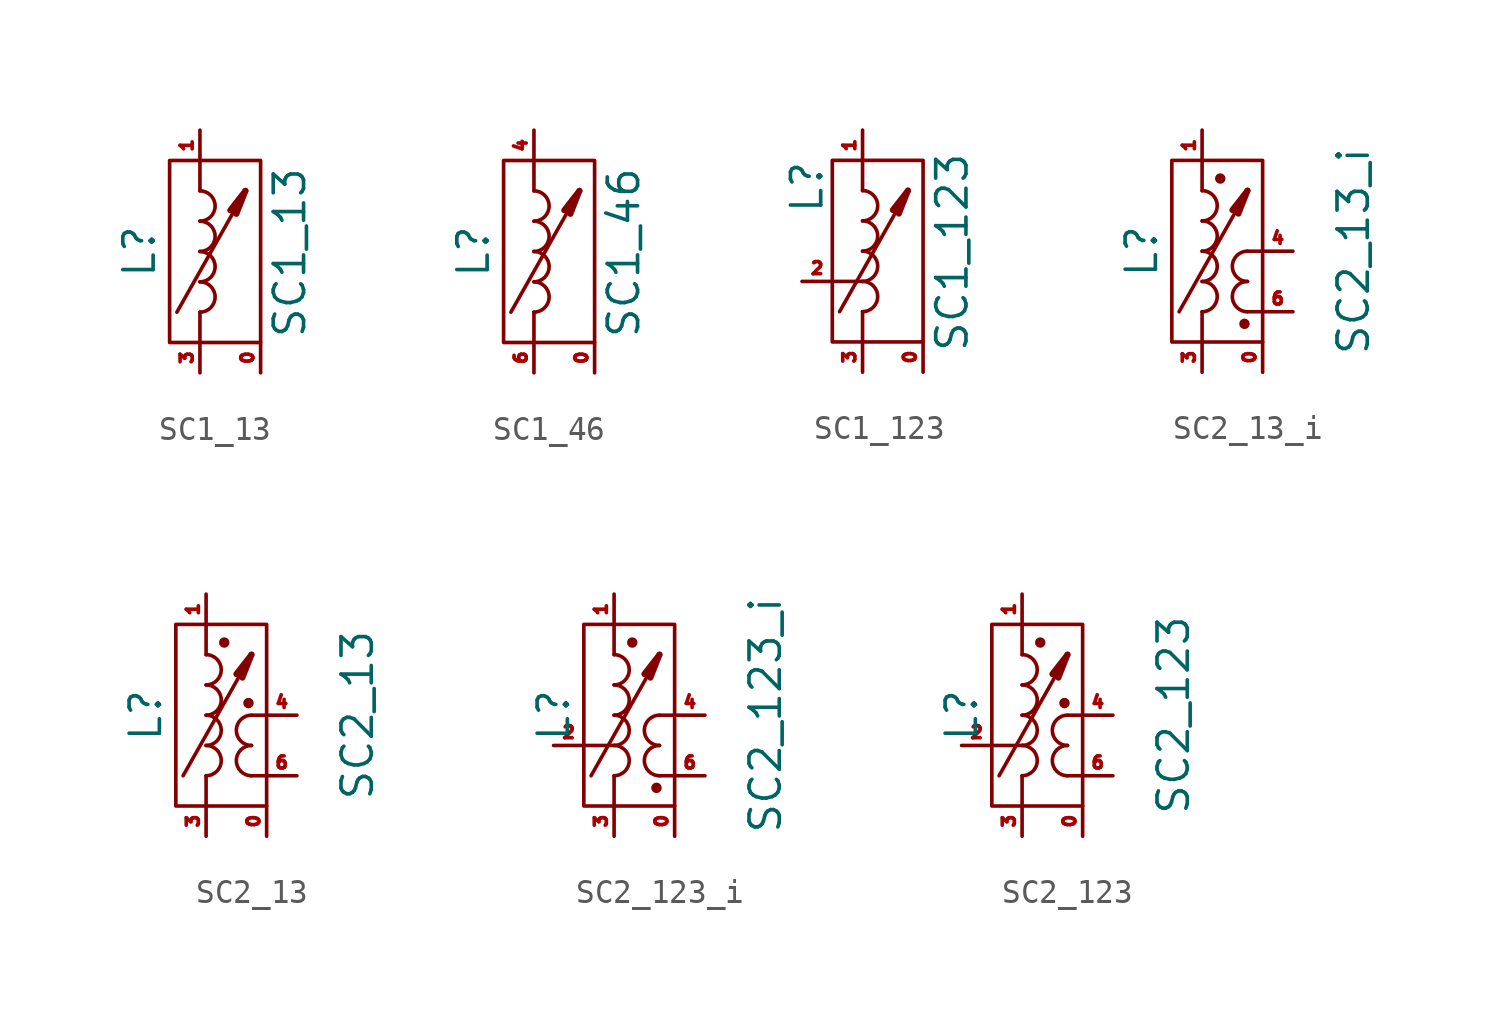
<source format=kicad_sym>
(kicad_symbol_lib
  (version 20211014)
  (generator kicad_symbol_editor)
  (symbol "SC1_13"
    (pin_names
      (offset 1.016) hide)
    (property "Reference" "L"
      (at -2.54 0 90)
      (effects (font (size 1.27 1.27))))
    (property "Value" "SC1_13"
      (at 3.759 -0.051 90)
      (effects (font (size 1.27 1.27))))
    (symbol "SC1_13_0_1"
      (rectangle (start -1.27 3.81) (end 2.54 -3.81) (stroke (width 0) (type default) (color 0 0 0 0)) (fill (type none)))
      (arc (start 0 -2.54) (mid 0.635 -1.905) (end 0 -1.27) (stroke (width 0) (type default) (color 0 0 0 0)) (fill (type none)))
      (arc (start 0 -1.27) (mid 0.635 -0.635) (end 0 0) (stroke (width 0) (type default) (color 0 0 0 0)) (fill (type none)))
      (polyline (pts (xy -0.965 -2.54) (xy 1.905 2.54)) (stroke (width 0) (type default) (color 0 0 0 0)) (fill (type none)))
      (polyline (pts (xy 0 -3.81) (xy 0 -2.54)) (stroke (width 0) (type default) (color 0 0 0 0)) (fill (type none)))
      (polyline (pts (xy 0 2.54) (xy 0 3.81)) (stroke (width 0) (type default) (color 0 0 0 0)) (fill (type none)))
      (polyline (pts (xy 1.905 2.54) (xy 1.27 1.727)) (stroke (width 0.254) (type default) (color 0 0 0 0)) (fill (type none)))
      (polyline (pts (xy 1.905 2.54) (xy 1.524 1.575)) (stroke (width 0.254) (type default) (color 0 0 0 0)) (fill (type none)))
      (arc (start 0 0) (mid 0.635 0.635) (end 0 1.27) (stroke (width 0) (type default) (color 0 0 0 0)) (fill (type none)))
      (arc (start 0 1.27) (mid 0.635 1.905) (end 0 2.54) (stroke (width 0) (type default) (color 0 0 0 0)) (fill (type none))))
    (symbol "SC1_13_1_1"
      (pin passive line (at 2.54 -5.08 90) (length 1.27) (name "Shield" (effects (font (size 1.27 1.27)))) (number "0" (effects (font (size 0.508 0.508)))))
      (pin passive line (at 0 5.08 270) (length 1.27) (name "coil11" (effects (font (size 1.27 1.27)))) (number "1" (effects (font (size 0.508 0.508)))))
      (pin passive line (at 0 -5.08 90) (length 1.27) (name "coil12" (effects (font (size 1.27 1.27)))) (number "3" (effects (font (size 0.508 0.508)))))))
  (symbol "SC1_46"
    (pin_names
      (offset 1.016) hide)
    (property "Reference" "L"
      (at -2.54 0 90)
      (effects (font (size 1.27 1.27))))
    (property "Value" "SC1_46"
      (at 3.759 -0.051 90)
      (effects (font (size 1.27 1.27))))
    (symbol "SC1_46_0_1"
      (rectangle (start -1.27 3.81) (end 2.54 -3.81) (stroke (width 0) (type default) (color 0 0 0 0)) (fill (type none)))
      (arc (start 0 -2.54) (mid 0.635 -1.905) (end 0 -1.27) (stroke (width 0) (type default) (color 0 0 0 0)) (fill (type none)))
      (arc (start 0 -1.27) (mid 0.635 -0.635) (end 0 0) (stroke (width 0) (type default) (color 0 0 0 0)) (fill (type none)))
      (polyline (pts (xy -0.965 -2.54) (xy 1.905 2.54)) (stroke (width 0) (type default) (color 0 0 0 0)) (fill (type none)))
      (polyline (pts (xy 0 -3.81) (xy 0 -2.54)) (stroke (width 0) (type default) (color 0 0 0 0)) (fill (type none)))
      (polyline (pts (xy 0 2.54) (xy 0 3.81)) (stroke (width 0) (type default) (color 0 0 0 0)) (fill (type none)))
      (polyline (pts (xy 1.905 2.54) (xy 1.27 1.727)) (stroke (width 0.254) (type default) (color 0 0 0 0)) (fill (type none)))
      (polyline (pts (xy 1.905 2.54) (xy 1.524 1.575)) (stroke (width 0.254) (type default) (color 0 0 0 0)) (fill (type none)))
      (arc (start 0 0) (mid 0.635 0.635) (end 0 1.27) (stroke (width 0) (type default) (color 0 0 0 0)) (fill (type none)))
      (arc (start 0 1.27) (mid 0.635 1.905) (end 0 2.54) (stroke (width 0) (type default) (color 0 0 0 0)) (fill (type none))))
    (symbol "SC1_46_1_1"
      (pin passive line (at 2.54 -5.08 90) (length 1.27) (name "Shield" (effects (font (size 1.27 1.27)))) (number "0" (effects (font (size 0.508 0.508)))))
      (pin passive line (at 0 5.08 270) (length 1.27) (name "coil11" (effects (font (size 1.27 1.27)))) (number "4" (effects (font (size 0.508 0.508)))))
      (pin passive line (at 0 -5.08 90) (length 1.27) (name "coil12" (effects (font (size 1.27 1.27)))) (number "6" (effects (font (size 0.508 0.508)))))))
  (symbol "SC1_123"
    (pin_names
      (offset 1.016) hide)
    (property "Reference" "L"
      (at -2.337 2.692 90)
      (effects (font (size 1.27 1.27))))
    (property "Value" "SC1_123"
      (at 3.759 -0.051 90)
      (effects (font (size 1.27 1.27))))
    (symbol "SC1_123_0_1"
      (rectangle (start -1.27 3.81) (end 2.54 -3.81) (stroke (width 0) (type default) (color 0 0 0 0)) (fill (type none)))
      (arc (start 0 -2.54) (mid 0.635 -1.905) (end 0 -1.27) (stroke (width 0) (type default) (color 0 0 0 0)) (fill (type none)))
      (arc (start 0 -1.27) (mid 0.635 -0.635) (end 0 0) (stroke (width 0) (type default) (color 0 0 0 0)) (fill (type none)))
      (polyline (pts (xy -1.27 -1.27) (xy 0 -1.27)) (stroke (width 0) (type default) (color 0 0 0 0)) (fill (type none)))
      (polyline (pts (xy -0.965 -2.54) (xy 1.905 2.54)) (stroke (width 0) (type default) (color 0 0 0 0)) (fill (type none)))
      (polyline (pts (xy 0 -3.81) (xy 0 -2.54)) (stroke (width 0) (type default) (color 0 0 0 0)) (fill (type none)))
      (polyline (pts (xy 0 2.54) (xy 0 3.81)) (stroke (width 0) (type default) (color 0 0 0 0)) (fill (type none)))
      (polyline (pts (xy 1.905 2.54) (xy 1.27 1.727)) (stroke (width 0.254) (type default) (color 0 0 0 0)) (fill (type none)))
      (polyline (pts (xy 1.905 2.54) (xy 1.524 1.575)) (stroke (width 0.254) (type default) (color 0 0 0 0)) (fill (type none)))
      (arc (start 0 0) (mid 0.635 0.635) (end 0 1.27) (stroke (width 0) (type default) (color 0 0 0 0)) (fill (type none)))
      (arc (start 0 1.27) (mid 0.635 1.905) (end 0 2.54) (stroke (width 0) (type default) (color 0 0 0 0)) (fill (type none))))
    (symbol "SC1_123_1_1"
      (pin passive line (at 2.54 -5.08 90) (length 1.27) (name "Shield" (effects (font (size 1.27 1.27)))) (number "0" (effects (font (size 0.508 0.508)))))
      (pin passive line (at 0 5.08 270) (length 1.27) (name "coil11" (effects (font (size 1.27 1.27)))) (number "1" (effects (font (size 0.508 0.508)))))
      (pin passive line (at -2.54 -1.27 0) (length 1.27) (name "coil12" (effects (font (size 1.27 1.27)))) (number "2" (effects (font (size 0.508 0.508)))))
      (pin passive line (at 0 -5.08 90) (length 1.27) (name "coil13" (effects (font (size 1.27 1.27)))) (number "3" (effects (font (size 0.508 0.508)))))))
  (symbol "SC2_13_i"
    (pin_names
      (offset 1.016) hide)
    (property "Reference" "L"
      (at -2.54 0 90)
      (effects (font (size 1.27 1.27))))
    (property "Value" "SC2_13_i"
      (at 6.35 0 90)
      (effects (font (size 1.27 1.27))))
    (symbol "SC2_13_i_0_1"
      (rectangle (start -1.27 3.81) (end 2.54 -3.81) (stroke (width 0) (type default) (color 0 0 0 0)) (fill (type none)))
      (arc (start 0 -2.54) (mid 0.635 -1.905) (end 0 -1.27) (stroke (width 0) (type default) (color 0 0 0 0)) (fill (type none)))
      (arc (start 0 -1.27) (mid 0.635 -0.635) (end 0 0) (stroke (width 0) (type default) (color 0 0 0 0)) (fill (type none)))
      (polyline (pts (xy -0.965 -2.54) (xy 1.905 2.54)) (stroke (width 0) (type default) (color 0 0 0 0)) (fill (type none)))
      (polyline (pts (xy 0 -3.81) (xy 0 -2.54)) (stroke (width 0) (type default) (color 0 0 0 0)) (fill (type none)))
      (polyline (pts (xy 0 2.54) (xy 0 3.81)) (stroke (width 0) (type default) (color 0 0 0 0)) (fill (type none)))
      (polyline (pts (xy 1.905 -2.54) (xy 2.54 -2.54)) (stroke (width 0) (type default) (color 0 0 0 0)) (fill (type none)))
      (polyline (pts (xy 1.905 0) (xy 2.54 0)) (stroke (width 0) (type default) (color 0 0 0 0)) (fill (type none)))
      (polyline (pts (xy 1.905 2.54) (xy 1.27 1.727)) (stroke (width 0.254) (type default) (color 0 0 0 0)) (fill (type none)))
      (polyline (pts (xy 1.905 2.54) (xy 1.524 1.575)) (stroke (width 0.254) (type default) (color 0 0 0 0)) (fill (type none)))
      (arc (start 0 0) (mid 0.635 0.635) (end 0 1.27) (stroke (width 0) (type default) (color 0 0 0 0)) (fill (type none)))
      (arc (start 0 1.27) (mid 0.635 1.905) (end 0 2.54) (stroke (width 0) (type default) (color 0 0 0 0)) (fill (type none)))
      (circle (center 0.762 3.048) (radius 0.144) (stroke (width 0) (type default) (color 0 0 0 0)) (fill (type outline)))
      (circle (center 1.778 -3.048) (radius 0.144) (stroke (width 0) (type default) (color 0 0 0 0)) (fill (type outline)))
      (arc (start 1.905 -1.27) (mid 1.27 -1.905) (end 1.905 -2.54) (stroke (width 0) (type default) (color 0 0 0 0)) (fill (type none)))
      (arc (start 1.905 0) (mid 1.27 -0.635) (end 1.905 -1.27) (stroke (width 0) (type default) (color 0 0 0 0)) (fill (type none))))
    (symbol "SC2_13_i_1_1"
      (pin passive line (at 2.54 -5.08 90) (length 1.27) (name "Shield" (effects (font (size 1.27 1.27)))) (number "0" (effects (font (size 0.508 0.508)))))
      (pin passive line (at 0 5.08 270) (length 1.27) (name "coil11" (effects (font (size 1.27 1.27)))) (number "1" (effects (font (size 0.508 0.508)))))
      (pin passive line (at 0 -5.08 90) (length 1.27) (name "coil12" (effects (font (size 1.27 1.27)))) (number "3" (effects (font (size 0.508 0.508)))))
      (pin passive line (at 3.81 0 180) (length 1.27) (name "coil21" (effects (font (size 1.27 1.27)))) (number "4" (effects (font (size 0.508 0.508)))))
      (pin passive line (at 3.81 -2.54 180) (length 1.27) (name "coil22" (effects (font (size 1.27 1.27)))) (number "6" (effects (font (size 0.508 0.508)))))))
  (symbol "SC2_13"
    (pin_names
      (offset 1.016) hide)
    (property "Reference" "L"
      (at -2.54 0 90)
      (effects (font (size 1.27 1.27))))
    (property "Value" "SC2_13"
      (at 6.35 0 90)
      (effects (font (size 1.27 1.27))))
    (symbol "SC2_13_0_1"
      (rectangle (start -1.27 3.81) (end 2.54 -3.81) (stroke (width 0) (type default) (color 0 0 0 0)) (fill (type none)))
      (arc (start 0 -2.54) (mid 0.635 -1.905) (end 0 -1.27) (stroke (width 0) (type default) (color 0 0 0 0)) (fill (type none)))
      (arc (start 0 -1.27) (mid 0.635 -0.635) (end 0 0) (stroke (width 0) (type default) (color 0 0 0 0)) (fill (type none)))
      (polyline (pts (xy -0.965 -2.54) (xy 1.905 2.54)) (stroke (width 0) (type default) (color 0 0 0 0)) (fill (type none)))
      (polyline (pts (xy 0 -3.81) (xy 0 -2.54)) (stroke (width 0) (type default) (color 0 0 0 0)) (fill (type none)))
      (polyline (pts (xy 0 2.54) (xy 0 3.81)) (stroke (width 0) (type default) (color 0 0 0 0)) (fill (type none)))
      (polyline (pts (xy 1.905 -2.54) (xy 2.54 -2.54)) (stroke (width 0) (type default) (color 0 0 0 0)) (fill (type none)))
      (polyline (pts (xy 1.905 0) (xy 2.54 0)) (stroke (width 0) (type default) (color 0 0 0 0)) (fill (type none)))
      (polyline (pts (xy 1.905 2.54) (xy 1.27 1.727)) (stroke (width 0.254) (type default) (color 0 0 0 0)) (fill (type none)))
      (polyline (pts (xy 1.905 2.54) (xy 1.524 1.575)) (stroke (width 0.254) (type default) (color 0 0 0 0)) (fill (type none)))
      (arc (start 0 0) (mid 0.635 0.635) (end 0 1.27) (stroke (width 0) (type default) (color 0 0 0 0)) (fill (type none)))
      (arc (start 0 1.27) (mid 0.635 1.905) (end 0 2.54) (stroke (width 0) (type default) (color 0 0 0 0)) (fill (type none)))
      (circle (center 0.762 3.048) (radius 0.144) (stroke (width 0) (type default) (color 0 0 0 0)) (fill (type outline)))
      (circle (center 1.778 0.508) (radius 0.144) (stroke (width 0) (type default) (color 0 0 0 0)) (fill (type outline)))
      (arc (start 1.905 -1.27) (mid 1.27 -1.905) (end 1.905 -2.54) (stroke (width 0) (type default) (color 0 0 0 0)) (fill (type none)))
      (arc (start 1.905 0) (mid 1.27 -0.635) (end 1.905 -1.27) (stroke (width 0) (type default) (color 0 0 0 0)) (fill (type none))))
    (symbol "SC2_13_1_1"
      (pin passive line (at 2.54 -5.08 90) (length 1.27) (name "Shield" (effects (font (size 1.27 1.27)))) (number "0" (effects (font (size 0.508 0.508)))))
      (pin passive line (at 0 5.08 270) (length 1.27) (name "coil11" (effects (font (size 1.27 1.27)))) (number "1" (effects (font (size 0.508 0.508)))))
      (pin passive line (at 0 -5.08 90) (length 1.27) (name "coil12" (effects (font (size 1.27 1.27)))) (number "3" (effects (font (size 0.508 0.508)))))
      (pin passive line (at 3.81 0 180) (length 1.27) (name "coil21" (effects (font (size 1.27 1.27)))) (number "4" (effects (font (size 0.508 0.508)))))
      (pin passive line (at 3.81 -2.54 180) (length 1.27) (name "coil22" (effects (font (size 1.27 1.27)))) (number "6" (effects (font (size 0.508 0.508)))))))
  (symbol "SC2_123_i"
    (pin_names
      (offset 1.016) hide)
    (property "Reference" "L"
      (at -2.54 0 90)
      (effects (font (size 1.27 1.27))))
    (property "Value" "SC2_123_i"
      (at 6.35 0 90)
      (effects (font (size 1.27 1.27))))
    (symbol "SC2_123_i_0_1"
      (rectangle (start -1.27 3.81) (end 2.54 -3.81) (stroke (width 0) (type default) (color 0 0 0 0)) (fill (type none)))
      (arc (start 0 -2.54) (mid 0.635 -1.905) (end 0 -1.27) (stroke (width 0) (type default) (color 0 0 0 0)) (fill (type none)))
      (arc (start 0 -1.27) (mid 0.635 -0.635) (end 0 0) (stroke (width 0) (type default) (color 0 0 0 0)) (fill (type none)))
      (polyline (pts (xy -1.27 -1.27) (xy 0 -1.27)) (stroke (width 0) (type default) (color 0 0 0 0)) (fill (type none)))
      (polyline (pts (xy -0.965 -2.54) (xy 1.905 2.54)) (stroke (width 0) (type default) (color 0 0 0 0)) (fill (type none)))
      (polyline (pts (xy 0 -3.81) (xy 0 -2.54)) (stroke (width 0) (type default) (color 0 0 0 0)) (fill (type none)))
      (polyline (pts (xy 0 2.54) (xy 0 3.81)) (stroke (width 0) (type default) (color 0 0 0 0)) (fill (type none)))
      (polyline (pts (xy 1.905 -2.54) (xy 2.54 -2.54)) (stroke (width 0) (type default) (color 0 0 0 0)) (fill (type none)))
      (polyline (pts (xy 1.905 0) (xy 2.54 0)) (stroke (width 0) (type default) (color 0 0 0 0)) (fill (type none)))
      (polyline (pts (xy 1.905 2.54) (xy 1.27 1.727)) (stroke (width 0.254) (type default) (color 0 0 0 0)) (fill (type none)))
      (polyline (pts (xy 1.905 2.54) (xy 1.524 1.575)) (stroke (width 0.254) (type default) (color 0 0 0 0)) (fill (type none)))
      (arc (start 0 0) (mid 0.635 0.635) (end 0 1.27) (stroke (width 0) (type default) (color 0 0 0 0)) (fill (type none)))
      (arc (start 0 1.27) (mid 0.635 1.905) (end 0 2.54) (stroke (width 0) (type default) (color 0 0 0 0)) (fill (type none)))
      (circle (center 0.762 3.048) (radius 0.144) (stroke (width 0) (type default) (color 0 0 0 0)) (fill (type outline)))
      (circle (center 1.778 -3.048) (radius 0.144) (stroke (width 0) (type default) (color 0 0 0 0)) (fill (type outline)))
      (arc (start 1.905 -1.27) (mid 1.27 -1.905) (end 1.905 -2.54) (stroke (width 0) (type default) (color 0 0 0 0)) (fill (type none)))
      (arc (start 1.905 0) (mid 1.27 -0.635) (end 1.905 -1.27) (stroke (width 0) (type default) (color 0 0 0 0)) (fill (type none))))
    (symbol "SC2_123_i_1_1"
      (pin passive line (at 2.54 -5.08 90) (length 1.27) (name "Shield" (effects (font (size 1.27 1.27)))) (number "0" (effects (font (size 0.508 0.508)))))
      (pin passive line (at 0 5.08 270) (length 1.27) (name "coil11" (effects (font (size 1.27 1.27)))) (number "1" (effects (font (size 0.508 0.508)))))
      (pin passive line (at -2.54 -1.27 0) (length 1.27) (name "coil12" (effects (font (size 1.27 1.27)))) (number "2" (effects (font (size 0.508 0.508)))))
      (pin passive line (at 0 -5.08 90) (length 1.27) (name "coil13" (effects (font (size 1.27 1.27)))) (number "3" (effects (font (size 0.508 0.508)))))
      (pin passive line (at 3.81 0 180) (length 1.27) (name "coil21" (effects (font (size 1.27 1.27)))) (number "4" (effects (font (size 0.508 0.508)))))
      (pin passive line (at 3.81 -2.54 180) (length 1.27) (name "coil22" (effects (font (size 0.508 0.508)))) (number "6" (effects (font (size 0.508 0.508)))))))
  (symbol "SC2_123"
    (pin_names
      (offset 1.016) hide)
    (property "Reference" "L"
      (at -2.54 0 90)
      (effects (font (size 1.27 1.27))))
    (property "Value" "SC2_123"
      (at 6.35 0 90)
      (effects (font (size 1.27 1.27))))
    (symbol "SC2_123_0_1"
      (rectangle (start -1.27 3.81) (end 2.54 -3.81) (stroke (width 0) (type default) (color 0 0 0 0)) (fill (type none)))
      (arc (start 0 -2.54) (mid 0.635 -1.905) (end 0 -1.27) (stroke (width 0) (type default) (color 0 0 0 0)) (fill (type none)))
      (arc (start 0 -1.27) (mid 0.635 -0.635) (end 0 0) (stroke (width 0) (type default) (color 0 0 0 0)) (fill (type none)))
      (polyline (pts (xy -1.27 -1.27) (xy 0 -1.27)) (stroke (width 0) (type default) (color 0 0 0 0)) (fill (type none)))
      (polyline (pts (xy -0.965 -2.54) (xy 1.905 2.54)) (stroke (width 0) (type default) (color 0 0 0 0)) (fill (type none)))
      (polyline (pts (xy 0 -3.81) (xy 0 -2.54)) (stroke (width 0) (type default) (color 0 0 0 0)) (fill (type none)))
      (polyline (pts (xy 0 2.54) (xy 0 3.81)) (stroke (width 0) (type default) (color 0 0 0 0)) (fill (type none)))
      (polyline (pts (xy 1.905 -2.54) (xy 2.54 -2.54)) (stroke (width 0) (type default) (color 0 0 0 0)) (fill (type none)))
      (polyline (pts (xy 1.905 0) (xy 2.54 0)) (stroke (width 0) (type default) (color 0 0 0 0)) (fill (type none)))
      (polyline (pts (xy 1.905 2.54) (xy 1.27 1.727)) (stroke (width 0.254) (type default) (color 0 0 0 0)) (fill (type none)))
      (polyline (pts (xy 1.905 2.54) (xy 1.524 1.575)) (stroke (width 0.254) (type default) (color 0 0 0 0)) (fill (type none)))
      (arc (start 0 0) (mid 0.635 0.635) (end 0 1.27) (stroke (width 0) (type default) (color 0 0 0 0)) (fill (type none)))
      (arc (start 0 1.27) (mid 0.635 1.905) (end 0 2.54) (stroke (width 0) (type default) (color 0 0 0 0)) (fill (type none)))
      (circle (center 0.762 3.048) (radius 0.144) (stroke (width 0) (type default) (color 0 0 0 0)) (fill (type outline)))
      (circle (center 1.778 0.508) (radius 0.144) (stroke (width 0) (type default) (color 0 0 0 0)) (fill (type outline)))
      (arc (start 1.905 -1.27) (mid 1.27 -1.905) (end 1.905 -2.54) (stroke (width 0) (type default) (color 0 0 0 0)) (fill (type none)))
      (arc (start 1.905 0) (mid 1.27 -0.635) (end 1.905 -1.27) (stroke (width 0) (type default) (color 0 0 0 0)) (fill (type none))))
    (symbol "SC2_123_1_1"
      (pin passive line (at 2.54 -5.08 90) (length 1.27) (name "Shield" (effects (font (size 1.27 1.27)))) (number "0" (effects (font (size 0.508 0.508)))))
      (pin passive line (at 0 5.08 270) (length 1.27) (name "coil11" (effects (font (size 1.27 1.27)))) (number "1" (effects (font (size 0.508 0.508)))))
      (pin passive line (at -2.54 -1.27 0) (length 1.27) (name "coil12" (effects (font (size 1.27 1.27)))) (number "2" (effects (font (size 0.508 0.508)))))
      (pin passive line (at 0 -5.08 90) (length 1.27) (name "coil13" (effects (font (size 1.27 1.27)))) (number "3" (effects (font (size 0.508 0.508)))))
      (pin passive line (at 3.81 0 180) (length 1.27) (name "coil21" (effects (font (size 1.27 1.27)))) (number "4" (effects (font (size 0.508 0.508)))))
      (pin passive line (at 3.81 -2.54 180) (length 1.27) (name "coil22" (effects (font (size 1.27 1.27)))) (number "6" (effects (font (size 0.508 0.508))))))))
</source>
